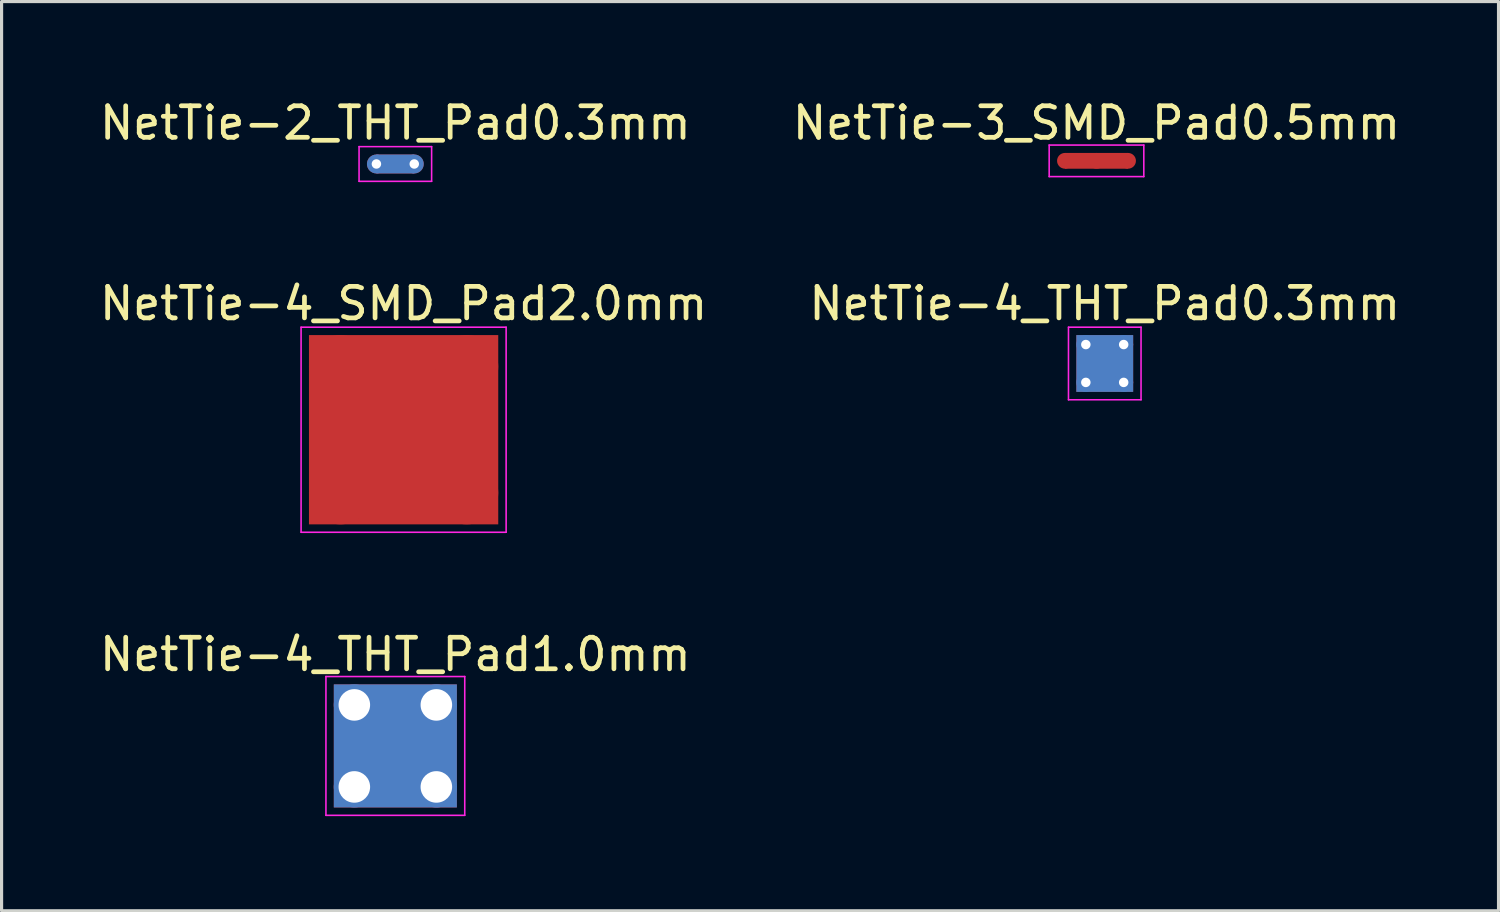
<source format=kicad_pcb>
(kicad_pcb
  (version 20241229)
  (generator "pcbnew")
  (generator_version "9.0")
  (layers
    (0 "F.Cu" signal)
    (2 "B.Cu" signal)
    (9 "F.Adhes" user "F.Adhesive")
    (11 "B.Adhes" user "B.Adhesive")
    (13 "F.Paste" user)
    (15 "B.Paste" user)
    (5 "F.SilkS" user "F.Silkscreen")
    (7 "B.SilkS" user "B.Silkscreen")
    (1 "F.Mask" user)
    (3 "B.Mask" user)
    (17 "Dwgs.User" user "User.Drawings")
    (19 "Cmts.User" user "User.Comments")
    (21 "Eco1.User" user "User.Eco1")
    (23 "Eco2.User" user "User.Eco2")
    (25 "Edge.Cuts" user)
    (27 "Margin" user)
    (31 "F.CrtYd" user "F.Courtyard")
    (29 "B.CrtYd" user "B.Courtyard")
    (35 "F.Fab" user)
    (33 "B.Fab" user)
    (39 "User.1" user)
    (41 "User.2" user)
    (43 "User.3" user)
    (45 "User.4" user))
  (footprint "NetTie-4_THT_Pad1.0mm"
    (layer "F.Cu")
    (at 8.182 19.295)
    (property "Reference" "NetTie-4_THT_Pad1.0mm" (at 1.3 -1.6 0) (layer "F.SilkS") (effects (font (size 1 1) (thickness 0.15))))
    (attr exclude_from_pos_files exclude_from_bom)
    (fp_poly (pts (xy -0.65 -0.65) (xy 3.25 -0.65) (xy 3.25 3.25) (xy -0.65 3.25)) (stroke (width 0) (type solid)) (fill yes) (layer "F.Cu"))
    (fp_poly (pts (xy -0.65 -0.65) (xy 3.25 -0.65) (xy 3.25 3.25) (xy -0.65 3.25)) (stroke (width 0) (type solid)) (fill yes) (layer "B.Cu"))
    (fp_line (start -0.9 -0.9) (end 3.5 -0.9) (stroke (width 0.05) (type solid)) (layer "F.CrtYd"))
    (fp_line (start -0.9 3.5) (end -0.9 -0.9) (stroke (width 0.05) (type solid)) (layer "F.CrtYd"))
    (fp_line (start 3.5 -0.9) (end 3.5 3.5) (stroke (width 0.05) (type solid)) (layer "F.CrtYd"))
    (fp_line (start 3.5 3.5) (end -0.9 3.5) (stroke (width 0.05) (type solid)) (layer "F.CrtYd"))
    (pad "1" thru_hole circle (at 0 0) (size 1.3 1.3) (drill 1) (layers "*.Cu"))
    (pad "2" thru_hole circle (at 2.6 0) (size 1.3 1.3) (drill 1) (layers "*.Cu"))
    (pad "3" thru_hole circle (at 0 2.6) (size 1.3 1.3) (drill 1) (layers "*.Cu"))
    (pad "4" thru_hole circle (at 2.6 2.6) (size 1.3 1.3) (drill 1) (layers "*.Cu")))
  (footprint "NetTie-4_SMD_Pad2.0mm"
    (layer "F.Cu")
    (at 9.744 10.572)
    (property "Reference" "NetTie-4_SMD_Pad2.0mm" (at 0 -4 0) (layer "F.SilkS") (effects (font (size 1 1) (thickness 0.15))))
    (attr exclude_from_pos_files exclude_from_bom)
    (fp_poly (pts (xy -3 -3) (xy 3 -3) (xy 3 3) (xy -3 3)) (stroke (width 0) (type solid)) (fill yes) (layer "F.Cu"))
    (fp_line (start -3.25 -3.25) (end 3.25 -3.25) (stroke (width 0.05) (type solid)) (layer "F.CrtYd"))
    (fp_line (start -3.25 3.25) (end -3.25 -3.25) (stroke (width 0.05) (type solid)) (layer "F.CrtYd"))
    (fp_line (start 3.25 -3.25) (end 3.25 3.25) (stroke (width 0.05) (type solid)) (layer "F.CrtYd"))
    (fp_line (start 3.25 3.25) (end -3.25 3.25) (stroke (width 0.05) (type solid)) (layer "F.CrtYd"))
    (pad "1" smd circle (at -2 -2) (size 2 2) (layers "F.Cu"))
    (pad "2" smd circle (at 2 -2) (size 2 2) (layers "F.Cu"))
    (pad "3" smd circle (at -2 2) (size 2 2) (layers "F.Cu"))
    (pad "4" smd circle (at 2 2) (size 2 2) (layers "F.Cu")))
  (footprint "NetTie-4_THT_Pad0.3mm"
    (layer "F.Cu")
    (at 31.37 7.872)
    (property "Reference" "NetTie-4_THT_Pad0.3mm" (at 0.6 -1.3 0) (layer "F.SilkS") (effects (font (size 1 1) (thickness 0.15))))
    (attr exclude_from_pos_files exclude_from_bom)
    (fp_poly (pts (xy -0.3 -0.3) (xy 1.5 -0.3) (xy 1.5 1.5) (xy -0.3 1.5)) (stroke (width 0) (type solid)) (fill yes) (layer "F.Cu"))
    (fp_poly (pts (xy -0.3 -0.3) (xy 1.5 -0.3) (xy 1.5 1.5) (xy -0.3 1.5)) (stroke (width 0) (type solid)) (fill yes) (layer "B.Cu"))
    (fp_line (start -0.55 -0.55) (end 1.75 -0.55) (stroke (width 0.05) (type solid)) (layer "F.CrtYd"))
    (fp_line (start -0.55 1.75) (end -0.55 -0.55) (stroke (width 0.05) (type solid)) (layer "F.CrtYd"))
    (fp_line (start 1.75 -0.55) (end 1.75 1.75) (stroke (width 0.05) (type solid)) (layer "F.CrtYd"))
    (fp_line (start 1.75 1.75) (end -0.55 1.75) (stroke (width 0.05) (type solid)) (layer "F.CrtYd"))
    (pad "1" thru_hole circle (at 0 0) (size 0.6 0.6) (drill 0.3) (layers "*.Cu"))
    (pad "2" thru_hole circle (at 1.2 0) (size 0.6 0.6) (drill 0.3) (layers "*.Cu"))
    (pad "3" thru_hole circle (at 0 1.2) (size 0.6 0.6) (drill 0.3) (layers "*.Cu"))
    (pad "4" thru_hole circle (at 1.2 1.2) (size 0.6 0.6) (drill 0.3) (layers "*.Cu")))
  (footprint "NetTie-3_SMD_Pad0.5mm"
    (layer "F.Cu")
    (at 31.708 2.048)
    (property "Reference" "NetTie-3_SMD_Pad0.5mm" (at 0 -1.2 0) (layer "F.SilkS") (effects (font (size 1 1) (thickness 0.15))))
    (attr exclude_from_pos_files exclude_from_bom)
    (fp_poly (pts (xy -1 -0.25) (xy 1 -0.25) (xy 1 0.25) (xy -1 0.25)) (stroke (width 0) (type solid)) (fill yes) (layer "F.Cu"))
    (fp_line (start -1.5 -0.5) (end -1.5 0.5) (stroke (width 0.05) (type solid)) (layer "F.CrtYd"))
    (fp_line (start -1.5 0.5) (end 1.5 0.5) (stroke (width 0.05) (type solid)) (layer "F.CrtYd"))
    (fp_line (start 1.5 -0.5) (end -1.5 -0.5) (stroke (width 0.05) (type solid)) (layer "F.CrtYd"))
    (fp_line (start 1.5 0.5) (end 1.5 -0.5) (stroke (width 0.05) (type solid)) (layer "F.CrtYd"))
    (pad "1" smd circle (at -1 0) (size 0.5 0.5) (layers "F.Cu"))
    (pad "2" smd circle (at 0 0) (size 0.5 0.5) (layers "F.Cu"))
    (pad "3" smd circle (at 1 0) (size 0.5 0.5) (layers "F.Cu")))
  (footprint "NetTie-2_THT_Pad0.3mm"
    (layer "F.Cu")
    (at 8.882 2.148)
    (property "Reference" "NetTie-2_THT_Pad0.3mm" (at 0.6 -1.3 0) (layer "F.SilkS") (effects (font (size 1 1) (thickness 0.15))))
    (attr exclude_from_pos_files exclude_from_bom)
    (fp_poly (pts (xy 0 -0.3) (xy 1.2 -0.3) (xy 1.2 0.3) (xy 0 0.3)) (stroke (width 0) (type solid)) (fill yes) (layer "F.Cu"))
    (fp_poly (pts (xy 0 -0.3) (xy 1.2 -0.3) (xy 1.2 0.3) (xy 0 0.3)) (stroke (width 0) (type solid)) (fill yes) (layer "B.Cu"))
    (fp_line (start -0.55 -0.55) (end 1.75 -0.55) (stroke (width 0.05) (type solid)) (layer "F.CrtYd"))
    (fp_line (start -0.55 0.55) (end -0.55 -0.55) (stroke (width 0.05) (type solid)) (layer "F.CrtYd"))
    (fp_line (start 1.75 -0.55) (end 1.75 0.55) (stroke (width 0.05) (type solid)) (layer "F.CrtYd"))
    (fp_line (start 1.75 0.55) (end -0.55 0.55) (stroke (width 0.05) (type solid)) (layer "F.CrtYd"))
    (pad "1" thru_hole circle (at 0 0) (size 0.6 0.6) (drill 0.3) (layers "*.Cu"))
    (pad "2" thru_hole circle (at 1.2 0) (size 0.6 0.6) (drill 0.3) (layers "*.Cu")))
  (gr_rect
    (start -3 -3)
    (end 44.452 25.82)
    (stroke (width 0.1) (type default))
    (fill no)
    (layer "Edge.Cuts")))
</source>
